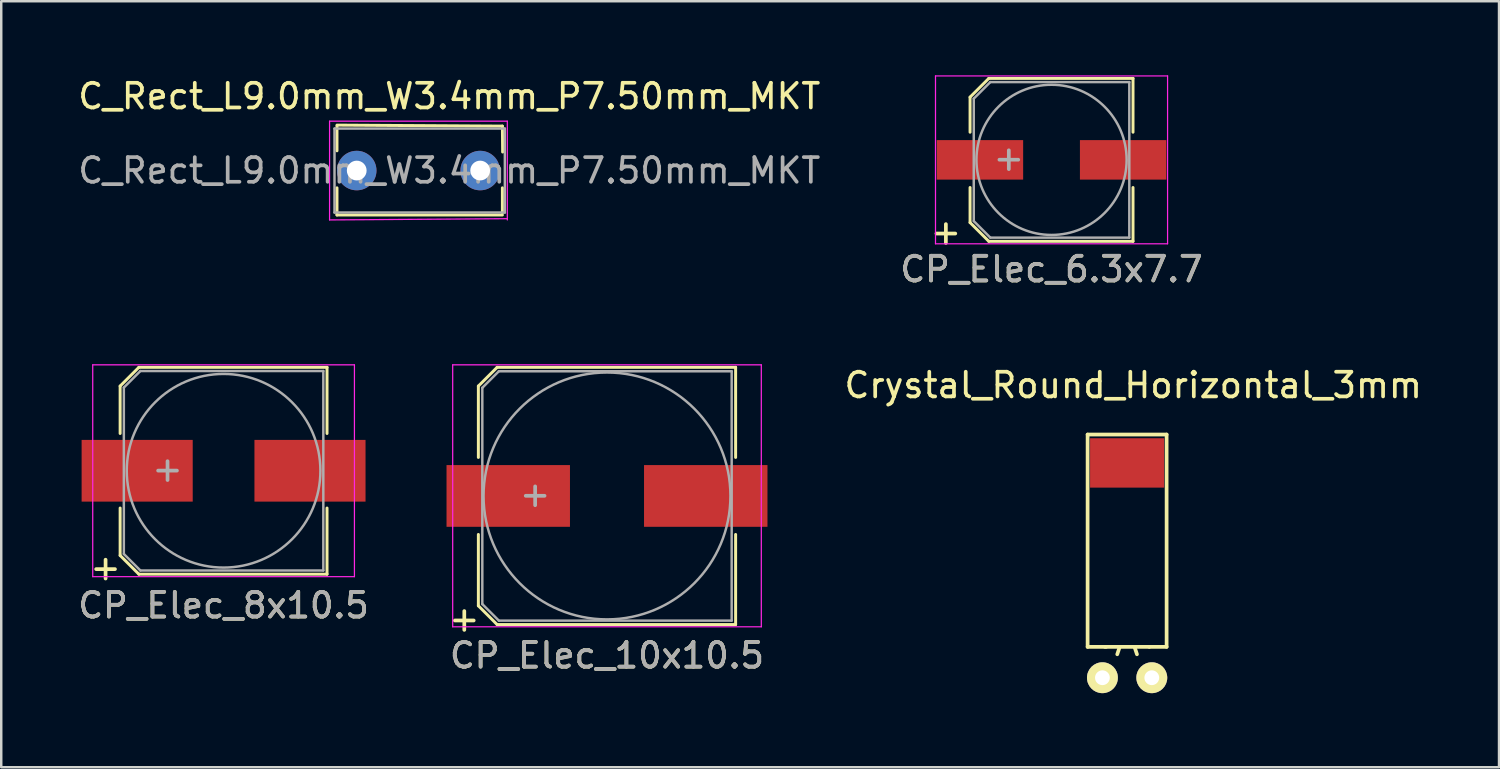
<source format=kicad_pcb>
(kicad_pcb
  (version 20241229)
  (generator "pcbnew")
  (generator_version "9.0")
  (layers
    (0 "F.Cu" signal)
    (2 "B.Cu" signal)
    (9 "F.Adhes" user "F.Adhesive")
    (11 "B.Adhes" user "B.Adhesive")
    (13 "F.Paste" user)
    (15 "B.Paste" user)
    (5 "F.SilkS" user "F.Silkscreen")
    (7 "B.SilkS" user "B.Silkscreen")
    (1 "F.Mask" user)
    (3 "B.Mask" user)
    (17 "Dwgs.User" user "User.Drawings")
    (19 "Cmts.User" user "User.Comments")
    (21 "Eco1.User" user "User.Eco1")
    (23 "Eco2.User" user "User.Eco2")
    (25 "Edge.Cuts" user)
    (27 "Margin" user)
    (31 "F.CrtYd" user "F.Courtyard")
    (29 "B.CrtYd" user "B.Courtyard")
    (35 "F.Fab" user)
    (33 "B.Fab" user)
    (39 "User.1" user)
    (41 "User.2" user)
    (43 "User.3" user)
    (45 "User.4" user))
  (footprint "Crystal_Round_Horizontal_3mm"
    (layer "F.Cu")
    (at 42.603 24.401)
    (property "Reference" "Crystal_Round_Horizontal_3mm" (at 0.249 -11.849 0) (layer "F.SilkS") (effects (font (size 1 1) (thickness 0.15))))
    (attr through_hole)
    (fp_line (start -1.6 -9.85) (end -1.6 -1.25) (stroke (width 0.15) (type solid)) (layer "F.SilkS"))
    (fp_line (start -0.851 -1.25) (end -1.6 -1.25) (stroke (width 0.15) (type solid)) (layer "F.SilkS"))
    (fp_line (start -0.3 -1.25) (end -0.399 -0.95) (stroke (width 0.15) (type solid)) (layer "F.SilkS"))
    (fp_line (start 0.3 -1.25) (end 0.399 -0.95) (stroke (width 0.15) (type solid)) (layer "F.SilkS"))
    (fp_line (start 0.899 -1.25) (end -0.899 -1.25) (stroke (width 0.15) (type solid)) (layer "F.SilkS"))
    (fp_line (start 0.899 -1.25) (end 1.6 -1.25) (stroke (width 0.15) (type solid)) (layer "F.SilkS"))
    (fp_line (start 1.6 -9.85) (end -1.6 -9.85) (stroke (width 0.15) (type solid)) (layer "F.SilkS"))
    (fp_line (start 1.6 -1.25) (end 1.6 -9.85) (stroke (width 0.15) (type solid)) (layer "F.SilkS"))
    (pad "1" thru_hole circle (at -1 0) (size 1.25 1.25) (drill 0.599) (layers "*.Cu" "*.Mask" "F.SilkS"))
    (pad "2" thru_hole circle (at 1 0) (size 1.25 1.25) (drill 0.599) (layers "*.Cu" "*.Mask" "F.SilkS"))
    (pad "3" smd rect (at 0 -8.7) (size 3 2) (layers "F.Cu" "F.Mask" "F.Paste")))
  (footprint "CP_Elec_10x10.5"
    (layer "F.Cu")
    (at 21.536 17.038)
    (property "Reference" "CP_Elec_10x10.5" (at 0 6.46 0) (layer "F.SilkS") (effects (font (size 1 1) (thickness 0.15))))
    (attr smd)
    (fp_line (start -5.21 -4.45) (end -5.21 -1.56) (stroke (width 0.12) (type solid)) (layer "F.SilkS"))
    (fp_line (start -5.21 -4.45) (end -4.45 -5.21) (stroke (width 0.12) (type solid)) (layer "F.SilkS"))
    (fp_line (start -5.21 4.45) (end -5.21 1.56) (stroke (width 0.12) (type solid)) (layer "F.SilkS"))
    (fp_line (start -4.45 -5.21) (end 5.21 -5.21) (stroke (width 0.12) (type solid)) (layer "F.SilkS"))
    (fp_line (start -4.45 5.21) (end -5.21 4.45) (stroke (width 0.12) (type solid)) (layer "F.SilkS"))
    (fp_line (start 5.21 -5.21) (end 5.21 -1.56) (stroke (width 0.12) (type solid)) (layer "F.SilkS"))
    (fp_line (start 5.21 5.21) (end -4.45 5.21) (stroke (width 0.12) (type solid)) (layer "F.SilkS"))
    (fp_line (start 5.21 5.21) (end 5.21 1.56) (stroke (width 0.12) (type solid)) (layer "F.SilkS"))
    (fp_line (start -6.25 -5.31) (end -6.25 5.3) (stroke (width 0.05) (type solid)) (layer "F.CrtYd"))
    (fp_line (start -6.25 -5.31) (end 6.25 -5.31) (stroke (width 0.05) (type solid)) (layer "F.CrtYd"))
    (fp_line (start 6.25 5.3) (end -6.25 5.3) (stroke (width 0.05) (type solid)) (layer "F.CrtYd"))
    (fp_line (start 6.25 5.3) (end 6.25 -5.31) (stroke (width 0.05) (type solid)) (layer "F.CrtYd"))
    (fp_line (start -5.05 -4.38) (end -5.05 4.38) (stroke (width 0.1) (type solid)) (layer "F.Fab"))
    (fp_line (start -5.05 4.38) (end -4.38 5.05) (stroke (width 0.1) (type solid)) (layer "F.Fab"))
    (fp_line (start -4.38 -5.05) (end -5.05 -4.38) (stroke (width 0.1) (type solid)) (layer "F.Fab"))
    (fp_line (start -4.38 5.05) (end 5.05 5.05) (stroke (width 0.1) (type solid)) (layer "F.Fab"))
    (fp_line (start 5.05 -5.05) (end -4.38 -5.05) (stroke (width 0.1) (type solid)) (layer "F.Fab"))
    (fp_line (start 5.05 5.05) (end 5.05 -5.05) (stroke (width 0.1) (type solid)) (layer "F.Fab"))
    (fp_circle (center 0 0) (end 0 5) (stroke (width 0.1) (type solid)) (fill no) (layer "F.Fab"))
    (fp_text user "+" (at -5.78 4.97 0) (layer "F.SilkS") (effects (font (size 1 1) (thickness 0.15))))
    (fp_text user "+" (at -2.91 -0.08 0) (layer "F.Fab") (effects (font (size 1 1) (thickness 0.15))))
    (fp_text user "${REFERENCE}" (at 0 6.46 0) (layer "F.Fab") (effects (font (size 1 1) (thickness 0.15))))
    (pad "1" smd rect (at -4 0 180) (size 5 2.5) (layers "F.Cu" "F.Mask" "F.Paste"))
    (pad "2" smd rect (at 4 0 180) (size 5 2.5) (layers "F.Cu" "F.Mask" "F.Paste")))
  (footprint "C_Rect_L9.0mm_W3.4mm_P7.50mm_MKT"
    (layer "F.Cu")
    (at 11.399 3.858)
    (property "Reference" "C_Rect_L9.0mm_W3.4mm_P7.50mm_MKT" (at 3.75 -3.01 0) (layer "F.SilkS") (effects (font (size 1 1) (thickness 0.15))))
    (attr through_hole)
    (fp_line (start -0.8 -1.84) (end 5.9 -1.8) (stroke (width 0.12) (type solid)) (layer "F.SilkS"))
    (fp_line (start -0.8 -1.8) (end -0.8 -0.8) (stroke (width 0.12) (type solid)) (layer "F.SilkS"))
    (fp_line (start -0.8 0.7) (end -0.8 1.8) (stroke (width 0.12) (type solid)) (layer "F.SilkS"))
    (fp_line (start -0.8 1.8) (end 5.9 1.8) (stroke (width 0.12) (type solid)) (layer "F.SilkS"))
    (fp_line (start 5.9 -1.8) (end 5.91 -0.75) (stroke (width 0.12) (type solid)) (layer "F.SilkS"))
    (fp_line (start 5.9 0.7) (end 5.9 1.71) (stroke (width 0.12) (type solid)) (layer "F.SilkS"))
    (fp_line (start -1.1 -2) (end -1.1 2) (stroke (width 0.05) (type solid)) (layer "F.CrtYd"))
    (fp_line (start -1.1 2) (end 6.1 1.95) (stroke (width 0.05) (type solid)) (layer "F.CrtYd"))
    (fp_line (start 6.1 -2) (end -1.1 -2) (stroke (width 0.05) (type solid)) (layer "F.CrtYd"))
    (fp_line (start 6.1 2) (end 6.1 -2) (stroke (width 0.05) (type solid)) (layer "F.CrtYd"))
    (fp_line (start -0.9 -1.7) (end -0.9 1.7) (stroke (width 0.1) (type solid)) (layer "F.Fab"))
    (fp_line (start -0.9 1.7) (end 6 1.7) (stroke (width 0.1) (type solid)) (layer "F.Fab"))
    (fp_line (start 6 -1.7) (end -0.9 -1.7) (stroke (width 0.1) (type solid)) (layer "F.Fab"))
    (fp_line (start 6 1.7) (end 6 -1.7) (stroke (width 0.1) (type solid)) (layer "F.Fab"))
    (fp_text user "${REFERENCE}" (at 3.75 0 0) (layer "F.Fab") (effects (font (size 1 1) (thickness 0.15))))
    (pad "1" thru_hole circle (at 0 0) (size 1.6 1.6) (drill 0.8) (layers "*.Cu" "*.Mask"))
    (pad "2" thru_hole circle (at 5 0) (size 1.6 1.6) (drill 0.8) (layers "*.Cu" "*.Mask")))
  (footprint "CP_Elec_6.3x7.7"
    (layer "F.Cu")
    (at 39.542 3.425)
    (property "Reference" "CP_Elec_6.3x7.7" (at 0 4.43 0) (layer "F.SilkS") (effects (font (size 1 1) (thickness 0.15))))
    (attr smd)
    (fp_line (start -3.3 -2.54) (end -3.3 -1.12) (stroke (width 0.12) (type solid)) (layer "F.SilkS"))
    (fp_line (start -3.3 -2.54) (end -2.54 -3.3) (stroke (width 0.12) (type solid)) (layer "F.SilkS"))
    (fp_line (start -3.3 2.54) (end -3.3 1.12) (stroke (width 0.12) (type solid)) (layer "F.SilkS"))
    (fp_line (start -2.54 -3.3) (end 3.3 -3.3) (stroke (width 0.12) (type solid)) (layer "F.SilkS"))
    (fp_line (start -2.54 3.3) (end -3.3 2.54) (stroke (width 0.12) (type solid)) (layer "F.SilkS"))
    (fp_line (start 3.3 -3.3) (end 3.3 -1.12) (stroke (width 0.12) (type solid)) (layer "F.SilkS"))
    (fp_line (start 3.3 3.3) (end -2.54 3.3) (stroke (width 0.12) (type solid)) (layer "F.SilkS"))
    (fp_line (start 3.3 3.3) (end 3.3 1.12) (stroke (width 0.12) (type solid)) (layer "F.SilkS"))
    (fp_line (start -4.7 -3.4) (end -4.7 3.4) (stroke (width 0.05) (type solid)) (layer "F.CrtYd"))
    (fp_line (start -4.7 -3.4) (end 4.7 -3.4) (stroke (width 0.05) (type solid)) (layer "F.CrtYd"))
    (fp_line (start 4.7 3.4) (end -4.7 3.4) (stroke (width 0.05) (type solid)) (layer "F.CrtYd"))
    (fp_line (start 4.7 3.4) (end 4.7 -3.4) (stroke (width 0.05) (type solid)) (layer "F.CrtYd"))
    (fp_line (start -3.15 -2.48) (end -3.15 2.48) (stroke (width 0.1) (type solid)) (layer "F.Fab"))
    (fp_line (start -3.15 2.48) (end -2.48 3.15) (stroke (width 0.1) (type solid)) (layer "F.Fab"))
    (fp_line (start -2.48 -3.15) (end -3.15 -2.48) (stroke (width 0.1) (type solid)) (layer "F.Fab"))
    (fp_line (start -2.48 3.15) (end 3.15 3.15) (stroke (width 0.1) (type solid)) (layer "F.Fab"))
    (fp_line (start 3.15 -3.15) (end -2.48 -3.15) (stroke (width 0.1) (type solid)) (layer "F.Fab"))
    (fp_line (start 3.15 3.15) (end 3.15 -3.15) (stroke (width 0.1) (type solid)) (layer "F.Fab"))
    (fp_circle (center 0 0) (end 0.5 3) (stroke (width 0.1) (type solid)) (fill no) (layer "F.Fab"))
    (fp_text user "+" (at -4.28 2.91 0) (layer "F.SilkS") (effects (font (size 1 1) (thickness 0.15))))
    (fp_text user "+" (at -1.73 -0.08 0) (layer "F.Fab") (effects (font (size 1 1) (thickness 0.15))))
    (fp_text user "${REFERENCE}" (at 0 4.43 0) (layer "F.Fab") (effects (font (size 1 1) (thickness 0.15))))
    (pad "1" smd rect (at -2.9 0 180) (size 3.5 1.6) (layers "F.Cu" "F.Mask" "F.Paste"))
    (pad "2" smd rect (at 2.9 0 180) (size 3.5 1.6) (layers "F.Cu" "F.Mask" "F.Paste")))
  (footprint "CP_Elec_8x10.5"
    (layer "F.Cu")
    (at 6.006 16.018)
    (property "Reference" "CP_Elec_8x10.5" (at 0 5.45 0) (layer "F.SilkS") (effects (font (size 1 1) (thickness 0.15))))
    (attr smd)
    (fp_line (start -4.19 -3.43) (end -4.19 -1.51) (stroke (width 0.12) (type solid)) (layer "F.SilkS"))
    (fp_line (start -4.19 -3.43) (end -3.43 -4.19) (stroke (width 0.12) (type solid)) (layer "F.SilkS"))
    (fp_line (start -4.19 3.43) (end -4.19 1.51) (stroke (width 0.12) (type solid)) (layer "F.SilkS"))
    (fp_line (start -3.43 -4.19) (end 4.19 -4.19) (stroke (width 0.12) (type solid)) (layer "F.SilkS"))
    (fp_line (start -3.43 4.19) (end -4.19 3.43) (stroke (width 0.12) (type solid)) (layer "F.SilkS"))
    (fp_line (start 4.19 -4.19) (end 4.19 -1.51) (stroke (width 0.12) (type solid)) (layer "F.SilkS"))
    (fp_line (start 4.19 4.19) (end -3.43 4.19) (stroke (width 0.12) (type solid)) (layer "F.SilkS"))
    (fp_line (start 4.19 4.19) (end 4.19 1.51) (stroke (width 0.12) (type solid)) (layer "F.SilkS"))
    (fp_line (start -5.3 -4.29) (end -5.3 4.29) (stroke (width 0.05) (type solid)) (layer "F.CrtYd"))
    (fp_line (start -5.3 -4.29) (end 5.3 -4.29) (stroke (width 0.05) (type solid)) (layer "F.CrtYd"))
    (fp_line (start 5.3 4.29) (end -5.3 4.29) (stroke (width 0.05) (type solid)) (layer "F.CrtYd"))
    (fp_line (start 5.3 4.29) (end 5.3 -4.29) (stroke (width 0.05) (type solid)) (layer "F.CrtYd"))
    (fp_line (start -4.04 -3.37) (end -4.04 3.37) (stroke (width 0.1) (type solid)) (layer "F.Fab"))
    (fp_line (start -4.04 3.37) (end -3.37 4.04) (stroke (width 0.1) (type solid)) (layer "F.Fab"))
    (fp_line (start -3.37 -4.04) (end -4.04 -3.37) (stroke (width 0.1) (type solid)) (layer "F.Fab"))
    (fp_line (start -3.37 4.04) (end 4.04 4.04) (stroke (width 0.1) (type solid)) (layer "F.Fab"))
    (fp_line (start 4.04 -4.04) (end -3.37 -4.04) (stroke (width 0.1) (type solid)) (layer "F.Fab"))
    (fp_line (start 4.04 4.04) (end 4.04 -4.04) (stroke (width 0.1) (type solid)) (layer "F.Fab"))
    (fp_circle (center 0 0) (end 1.3 3.7) (stroke (width 0.1) (type solid)) (fill no) (layer "F.Fab"))
    (fp_text user "+" (at -4.78 3.91 0) (layer "F.SilkS") (effects (font (size 1 1) (thickness 0.15))))
    (fp_text user "${REFERENCE}" (at 0 5.45 0) (layer "F.Fab") (effects (font (size 1 1) (thickness 0.15))))
    (fp_text user "+" (at -2.27 -0.08 0) (layer "F.Fab") (effects (font (size 1 1) (thickness 0.15))))
    (pad "1" smd rect (at -3.5 0 180) (size 4.5 2.5) (layers "F.Cu" "F.Mask" "F.Paste"))
    (pad "2" smd rect (at 3.5 0 180) (size 4.5 2.5) (layers "F.Cu" "F.Mask" "F.Paste")))
  (gr_rect
    (start -3 -3)
    (end 57.667 28.026)
    (stroke (width 0.1) (type default))
    (fill no)
    (layer "Edge.Cuts")))
</source>
